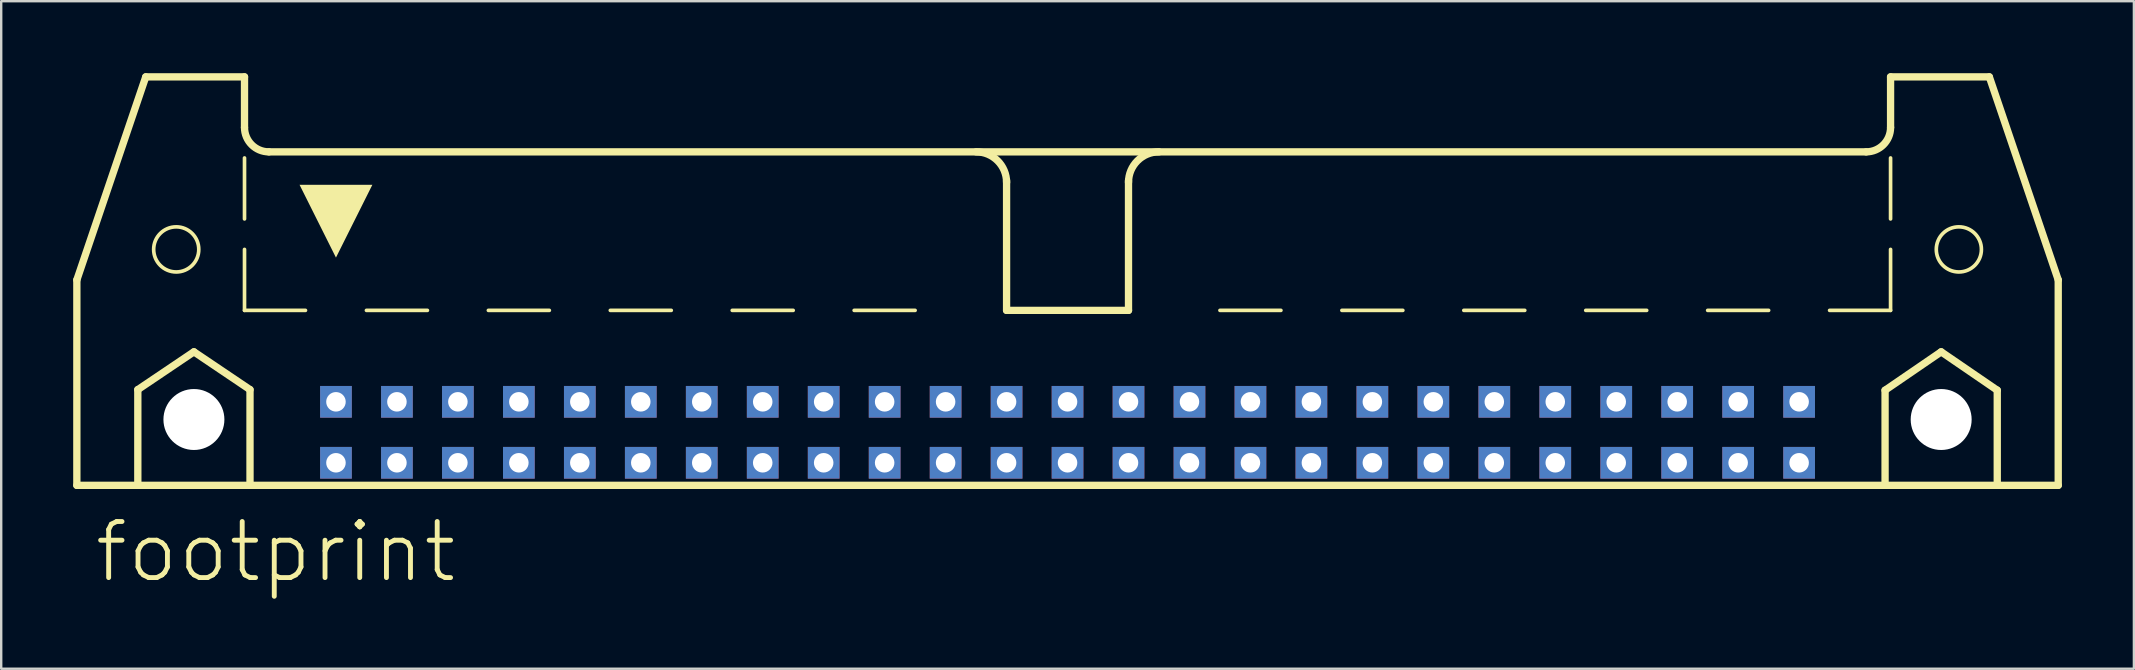
<source format=kicad_pcb>
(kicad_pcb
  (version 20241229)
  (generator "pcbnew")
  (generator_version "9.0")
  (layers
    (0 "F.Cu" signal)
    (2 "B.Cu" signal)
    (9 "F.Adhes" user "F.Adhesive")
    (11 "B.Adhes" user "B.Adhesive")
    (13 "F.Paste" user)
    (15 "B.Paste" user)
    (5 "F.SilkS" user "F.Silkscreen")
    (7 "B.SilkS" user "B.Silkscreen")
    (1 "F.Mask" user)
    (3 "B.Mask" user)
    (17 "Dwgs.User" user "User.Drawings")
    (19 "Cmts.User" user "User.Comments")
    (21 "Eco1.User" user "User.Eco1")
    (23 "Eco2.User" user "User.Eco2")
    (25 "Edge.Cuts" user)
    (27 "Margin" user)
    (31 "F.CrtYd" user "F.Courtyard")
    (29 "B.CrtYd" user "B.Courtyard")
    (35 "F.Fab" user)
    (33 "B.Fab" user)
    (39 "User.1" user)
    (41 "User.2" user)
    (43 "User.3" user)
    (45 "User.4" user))
  (footprint "footprint"
    (layer "F.Cu")
    (at 41.427 11.151)
    (property "Reference" "footprint" (at -40.64 10.16 0) (layer "F.SilkS") (effects (font (size 2.337 2.337) (thickness 0.203)) (justify left bottom)))
    (fp_line (start -41.275 -2.54) (end -41.275 6.02) (stroke (width 0.305) (type solid)) (layer "F.SilkS"))
    (fp_line (start -41.275 -2.54) (end -38.405 -10.998) (stroke (width 0.305) (type solid)) (layer "F.SilkS"))
    (fp_line (start -41.275 6.02) (end -38.735 6.02) (stroke (width 0.305) (type solid)) (layer "F.SilkS"))
    (fp_line (start -38.735 2.032) (end -36.398 0.457) (stroke (width 0.305) (type solid)) (layer "F.SilkS"))
    (fp_line (start -38.735 6.02) (end -38.735 2.032) (stroke (width 0.305) (type solid)) (layer "F.SilkS"))
    (fp_line (start -38.735 6.02) (end -34.061 6.02) (stroke (width 0.305) (type solid)) (layer "F.SilkS"))
    (fp_line (start -36.398 0.457) (end -34.061 2.032) (stroke (width 0.305) (type solid)) (layer "F.SilkS"))
    (fp_line (start -34.29 -10.998) (end -38.405 -10.998) (stroke (width 0.305) (type solid)) (layer "F.SilkS"))
    (fp_line (start -34.29 -8.89) (end -34.29 -10.998) (stroke (width 0.305) (type solid)) (layer "F.SilkS"))
    (fp_line (start -34.29 -5.08) (end -34.29 -7.62) (stroke (width 0.152) (type solid)) (layer "F.SilkS"))
    (fp_line (start -34.29 -1.27) (end -34.29 -3.81) (stroke (width 0.152) (type solid)) (layer "F.SilkS"))
    (fp_line (start -34.29 -1.27) (end -31.75 -1.27) (stroke (width 0.152) (type solid)) (layer "F.SilkS"))
    (fp_line (start -34.061 2.032) (end -34.061 6.02) (stroke (width 0.305) (type solid)) (layer "F.SilkS"))
    (fp_line (start -34.061 6.02) (end 34.061 6.02) (stroke (width 0.305) (type solid)) (layer "F.SilkS"))
    (fp_line (start -33.274 -7.874) (end 33.274 -7.874) (stroke (width 0.305) (type solid)) (layer "F.SilkS"))
    (fp_line (start -29.21 -1.27) (end -26.67 -1.27) (stroke (width 0.152) (type solid)) (layer "F.SilkS"))
    (fp_line (start -24.13 -1.27) (end -21.59 -1.27) (stroke (width 0.152) (type solid)) (layer "F.SilkS"))
    (fp_line (start -19.05 -1.27) (end -16.51 -1.27) (stroke (width 0.152) (type solid)) (layer "F.SilkS"))
    (fp_line (start -13.97 -1.27) (end -11.43 -1.27) (stroke (width 0.152) (type solid)) (layer "F.SilkS"))
    (fp_line (start -8.89 -1.27) (end -6.35 -1.27) (stroke (width 0.152) (type solid)) (layer "F.SilkS"))
    (fp_line (start -2.54 -1.27) (end -2.54 -6.68) (stroke (width 0.305) (type solid)) (layer "F.SilkS"))
    (fp_line (start 2.54 -1.27) (end -2.54 -1.27) (stroke (width 0.305) (type solid)) (layer "F.SilkS"))
    (fp_line (start 2.54 -1.27) (end 2.54 -6.68) (stroke (width 0.305) (type solid)) (layer "F.SilkS"))
    (fp_line (start 8.89 -1.27) (end 6.35 -1.27) (stroke (width 0.152) (type solid)) (layer "F.SilkS"))
    (fp_line (start 13.97 -1.27) (end 11.43 -1.27) (stroke (width 0.152) (type solid)) (layer "F.SilkS"))
    (fp_line (start 19.05 -1.27) (end 16.51 -1.27) (stroke (width 0.152) (type solid)) (layer "F.SilkS"))
    (fp_line (start 24.13 -1.27) (end 21.59 -1.27) (stroke (width 0.152) (type solid)) (layer "F.SilkS"))
    (fp_line (start 29.21 -1.27) (end 26.67 -1.27) (stroke (width 0.152) (type solid)) (layer "F.SilkS"))
    (fp_line (start 34.061 2.057) (end 36.398 0.457) (stroke (width 0.305) (type solid)) (layer "F.SilkS"))
    (fp_line (start 34.061 6.02) (end 34.061 2.057) (stroke (width 0.305) (type solid)) (layer "F.SilkS"))
    (fp_line (start 34.061 6.02) (end 38.735 6.02) (stroke (width 0.305) (type solid)) (layer "F.SilkS"))
    (fp_line (start 34.29 -10.998) (end 38.405 -10.998) (stroke (width 0.305) (type solid)) (layer "F.SilkS"))
    (fp_line (start 34.29 -8.89) (end 34.29 -10.998) (stroke (width 0.305) (type solid)) (layer "F.SilkS"))
    (fp_line (start 34.29 -5.08) (end 34.29 -7.62) (stroke (width 0.152) (type solid)) (layer "F.SilkS"))
    (fp_line (start 34.29 -1.27) (end 31.75 -1.27) (stroke (width 0.152) (type solid)) (layer "F.SilkS"))
    (fp_line (start 34.29 -1.27) (end 34.29 -3.81) (stroke (width 0.152) (type solid)) (layer "F.SilkS"))
    (fp_line (start 36.398 0.457) (end 38.735 2.057) (stroke (width 0.305) (type solid)) (layer "F.SilkS"))
    (fp_line (start 38.735 2.057) (end 38.735 6.02) (stroke (width 0.305) (type solid)) (layer "F.SilkS"))
    (fp_line (start 38.735 6.02) (end 41.275 6.02) (stroke (width 0.305) (type solid)) (layer "F.SilkS"))
    (fp_line (start 41.275 -2.54) (end 38.405 -10.998) (stroke (width 0.305) (type solid)) (layer "F.SilkS"))
    (fp_line (start 41.275 6.02) (end 41.275 -2.54) (stroke (width 0.305) (type solid)) (layer "F.SilkS"))
    (fp_arc (start -33.274 -7.874) (mid -33.99242 -8.17158) (end -34.29 -8.89) (stroke (width 0.3048) (type solid)) (layer "F.SilkS"))
    (fp_arc (start -3.81 -7.874) (mid -2.911974 -7.502026) (end -2.54 -6.604) (stroke (width 0.3048) (type solid)) (layer "F.SilkS"))
    (fp_arc (start 2.54 -6.604) (mid 2.911974 -7.502026) (end 3.81 -7.874) (stroke (width 0.3048) (type solid)) (layer "F.SilkS"))
    (fp_arc (start 34.29 -8.89) (mid 33.99242 -8.17158) (end 33.274 -7.874) (stroke (width 0.3048) (type solid)) (layer "F.SilkS"))
    (fp_circle (center -37.135 -3.81) (end -36.195 -3.81) (stroke (width 0.152) (type solid)) (fill no) (layer "F.SilkS"))
    (fp_circle (center 37.135 -3.81) (end 38.075 -3.81) (stroke (width 0.152) (type solid)) (fill no) (layer "F.SilkS"))
    (fp_poly (pts (xy -30.48 -3.469) (xy -31.997 -6.502) (xy -28.963 -6.502)) (stroke (width 0) (type solid)) (fill yes) (layer "F.SilkS"))
    (pad "" np_thru_hole circle (at -36.398 3.277) (size 2.54 2.54) (drill 2.54) (layers "*.Cu" "*.Mask"))
    (pad "" np_thru_hole circle (at 36.398 3.277) (size 2.54 2.54) (drill 2.54) (layers "*.Cu" "*.Mask"))
    (pad "1" thru_hole rect (at -30.48 5.08) (size 1.321 1.321) (drill 0.813) (layers "*.Cu" "*.Mask"))
    (pad "2" thru_hole rect (at -30.48 2.54) (size 1.321 1.321) (drill 0.813) (layers "*.Cu" "*.Mask"))
    (pad "3" thru_hole rect (at -27.94 5.08) (size 1.321 1.321) (drill 0.813) (layers "*.Cu" "*.Mask"))
    (pad "4" thru_hole rect (at -27.94 2.54) (size 1.321 1.321) (drill 0.813) (layers "*.Cu" "*.Mask"))
    (pad "5" thru_hole rect (at -25.4 5.08) (size 1.321 1.321) (drill 0.813) (layers "*.Cu" "*.Mask"))
    (pad "6" thru_hole rect (at -25.4 2.54) (size 1.321 1.321) (drill 0.813) (layers "*.Cu" "*.Mask"))
    (pad "7" thru_hole rect (at -22.86 5.08) (size 1.321 1.321) (drill 0.813) (layers "*.Cu" "*.Mask"))
    (pad "8" thru_hole rect (at -22.86 2.54) (size 1.321 1.321) (drill 0.813) (layers "*.Cu" "*.Mask"))
    (pad "9" thru_hole rect (at -20.32 5.08) (size 1.321 1.321) (drill 0.813) (layers "*.Cu" "*.Mask"))
    (pad "10" thru_hole rect (at -20.32 2.54) (size 1.321 1.321) (drill 0.813) (layers "*.Cu" "*.Mask"))
    (pad "11" thru_hole rect (at -17.78 5.08) (size 1.321 1.321) (drill 0.813) (layers "*.Cu" "*.Mask"))
    (pad "12" thru_hole rect (at -17.78 2.54) (size 1.321 1.321) (drill 0.813) (layers "*.Cu" "*.Mask"))
    (pad "13" thru_hole rect (at -15.24 5.08) (size 1.321 1.321) (drill 0.813) (layers "*.Cu" "*.Mask"))
    (pad "14" thru_hole rect (at -15.24 2.54) (size 1.321 1.321) (drill 0.813) (layers "*.Cu" "*.Mask"))
    (pad "15" thru_hole rect (at -12.7 5.08) (size 1.321 1.321) (drill 0.813) (layers "*.Cu" "*.Mask"))
    (pad "16" thru_hole rect (at -12.7 2.54) (size 1.321 1.321) (drill 0.813) (layers "*.Cu" "*.Mask"))
    (pad "17" thru_hole rect (at -10.16 5.08) (size 1.321 1.321) (drill 0.813) (layers "*.Cu" "*.Mask"))
    (pad "18" thru_hole rect (at -10.16 2.54) (size 1.321 1.321) (drill 0.813) (layers "*.Cu" "*.Mask"))
    (pad "19" thru_hole rect (at -7.62 5.08) (size 1.321 1.321) (drill 0.813) (layers "*.Cu" "*.Mask"))
    (pad "20" thru_hole rect (at -7.62 2.54) (size 1.321 1.321) (drill 0.813) (layers "*.Cu" "*.Mask"))
    (pad "21" thru_hole rect (at -5.08 5.08) (size 1.321 1.321) (drill 0.813) (layers "*.Cu" "*.Mask"))
    (pad "22" thru_hole rect (at -5.08 2.54) (size 1.321 1.321) (drill 0.813) (layers "*.Cu" "*.Mask"))
    (pad "23" thru_hole rect (at -2.54 5.08) (size 1.321 1.321) (drill 0.813) (layers "*.Cu" "*.Mask"))
    (pad "24" thru_hole rect (at -2.54 2.54) (size 1.321 1.321) (drill 0.813) (layers "*.Cu" "*.Mask"))
    (pad "25" thru_hole rect (at 0 5.08) (size 1.321 1.321) (drill 0.813) (layers "*.Cu" "*.Mask"))
    (pad "26" thru_hole rect (at 0 2.54) (size 1.321 1.321) (drill 0.813) (layers "*.Cu" "*.Mask"))
    (pad "27" thru_hole rect (at 2.54 5.08) (size 1.321 1.321) (drill 0.813) (layers "*.Cu" "*.Mask"))
    (pad "28" thru_hole rect (at 2.54 2.54) (size 1.321 1.321) (drill 0.813) (layers "*.Cu" "*.Mask"))
    (pad "29" thru_hole rect (at 5.08 5.08) (size 1.321 1.321) (drill 0.813) (layers "*.Cu" "*.Mask"))
    (pad "30" thru_hole rect (at 5.08 2.54) (size 1.321 1.321) (drill 0.813) (layers "*.Cu" "*.Mask"))
    (pad "31" thru_hole rect (at 7.62 5.08) (size 1.321 1.321) (drill 0.813) (layers "*.Cu" "*.Mask"))
    (pad "32" thru_hole rect (at 7.62 2.54) (size 1.321 1.321) (drill 0.813) (layers "*.Cu" "*.Mask"))
    (pad "33" thru_hole rect (at 10.16 5.08) (size 1.321 1.321) (drill 0.813) (layers "*.Cu" "*.Mask"))
    (pad "34" thru_hole rect (at 10.16 2.54) (size 1.321 1.321) (drill 0.813) (layers "*.Cu" "*.Mask"))
    (pad "35" thru_hole rect (at 12.7 5.08) (size 1.321 1.321) (drill 0.813) (layers "*.Cu" "*.Mask"))
    (pad "36" thru_hole rect (at 12.7 2.54) (size 1.321 1.321) (drill 0.813) (layers "*.Cu" "*.Mask"))
    (pad "37" thru_hole rect (at 15.24 5.08) (size 1.321 1.321) (drill 0.813) (layers "*.Cu" "*.Mask"))
    (pad "38" thru_hole rect (at 15.24 2.54) (size 1.321 1.321) (drill 0.813) (layers "*.Cu" "*.Mask"))
    (pad "39" thru_hole rect (at 17.78 5.08) (size 1.321 1.321) (drill 0.813) (layers "*.Cu" "*.Mask"))
    (pad "40" thru_hole rect (at 17.78 2.54) (size 1.321 1.321) (drill 0.813) (layers "*.Cu" "*.Mask"))
    (pad "41" thru_hole rect (at 20.32 5.08) (size 1.321 1.321) (drill 0.813) (layers "*.Cu" "*.Mask"))
    (pad "42" thru_hole rect (at 20.32 2.54) (size 1.321 1.321) (drill 0.813) (layers "*.Cu" "*.Mask"))
    (pad "43" thru_hole rect (at 22.86 5.08) (size 1.321 1.321) (drill 0.813) (layers "*.Cu" "*.Mask"))
    (pad "44" thru_hole rect (at 22.86 2.54) (size 1.321 1.321) (drill 0.813) (layers "*.Cu" "*.Mask"))
    (pad "45" thru_hole rect (at 25.4 5.08) (size 1.321 1.321) (drill 0.813) (layers "*.Cu" "*.Mask"))
    (pad "46" thru_hole rect (at 25.4 2.54) (size 1.321 1.321) (drill 0.813) (layers "*.Cu" "*.Mask"))
    (pad "47" thru_hole rect (at 27.94 5.08) (size 1.321 1.321) (drill 0.813) (layers "*.Cu" "*.Mask"))
    (pad "48" thru_hole rect (at 27.94 2.54) (size 1.321 1.321) (drill 0.813) (layers "*.Cu" "*.Mask"))
    (pad "49" thru_hole rect (at 30.48 5.08) (size 1.321 1.321) (drill 0.813) (layers "*.Cu" "*.Mask"))
    (pad "50" thru_hole rect (at 30.48 2.54) (size 1.321 1.321) (drill 0.813) (layers "*.Cu" "*.Mask"))
    (zone (net_name "") (layer "F.Cu") (hatch edge 0.508) (connect_pads) (min_thickness 0.254) (filled_areas_thickness no) (keepout (tracks not_allowed) (vias not_allowed) (pads not_allowed) (copperpour not_allowed) (footprints allowed)) (placement (enabled no)) (fill) (polygon (pts (xy 6.96 14.427) (xy 6.93 14.092) (xy 6.843 13.767) (xy 6.701 13.462) (xy 6.508 13.186) (xy 6.27 12.948) (xy 5.994 12.755) (xy 5.689 12.613) (xy 5.364 12.526) (xy 5.029 12.497) (xy 4.694 12.526) (xy 4.369 12.613) (xy 4.064 12.755) (xy 3.788 12.948) (xy 3.55 13.186) (xy 3.357 13.462) (xy 3.215 13.767) (xy 3.128 14.092) (xy 3.099 14.427) (xy 3.128 14.762) (xy 3.215 15.087) (xy 3.357 15.392) (xy 3.55 15.668) (xy 3.788 15.906) (xy 4.064 16.099) (xy 4.369 16.241) (xy 4.694 16.328) (xy 5.029 16.358) (xy 5.364 16.328) (xy 5.689 16.241) (xy 5.994 16.099) (xy 6.27 15.906) (xy 6.508 15.668) (xy 6.701 15.392) (xy 6.843 15.087) (xy 6.93 14.762))))
    (zone (net_name "") (layer "F.Cu") (hatch edge 0.508) (connect_pads) (min_thickness 0.254) (filled_areas_thickness no) (keepout (tracks not_allowed) (vias not_allowed) (pads not_allowed) (copperpour not_allowed) (footprints allowed)) (placement (enabled no)) (fill) (polygon (pts (xy 79.756 14.427) (xy 79.727 14.092) (xy 79.64 13.767) (xy 79.497 13.462) (xy 79.304 13.186) (xy 79.066 12.948) (xy 78.791 12.755) (xy 78.486 12.613) (xy 78.161 12.526) (xy 77.826 12.497) (xy 77.49 12.526) (xy 77.165 12.613) (xy 76.86 12.755) (xy 76.585 12.948) (xy 76.347 13.186) (xy 76.154 13.462) (xy 76.012 13.767) (xy 75.925 14.092) (xy 75.895 14.427) (xy 75.925 14.762) (xy 76.012 15.087) (xy 76.154 15.392) (xy 76.347 15.668) (xy 76.585 15.906) (xy 76.86 16.099) (xy 77.165 16.241) (xy 77.49 16.328) (xy 77.826 16.358) (xy 78.161 16.328) (xy 78.486 16.241) (xy 78.791 16.099) (xy 79.066 15.906) (xy 79.304 15.668) (xy 79.497 15.392) (xy 79.64 15.087) (xy 79.727 14.762))))
    (zone (net_name "") (layer "B.Cu") (hatch edge 0.508) (connect_pads) (min_thickness 0.254) (filled_areas_thickness no) (keepout (tracks not_allowed) (vias not_allowed) (pads not_allowed) (copperpour not_allowed) (footprints allowed)) (placement (enabled no)) (fill) (polygon (pts (xy 6.96 14.427) (xy 6.93 14.092) (xy 6.843 13.767) (xy 6.701 13.462) (xy 6.508 13.186) (xy 6.27 12.948) (xy 5.994 12.755) (xy 5.689 12.613) (xy 5.364 12.526) (xy 5.029 12.497) (xy 4.694 12.526) (xy 4.369 12.613) (xy 4.064 12.755) (xy 3.788 12.948) (xy 3.55 13.186) (xy 3.357 13.462) (xy 3.215 13.767) (xy 3.128 14.092) (xy 3.099 14.427) (xy 3.128 14.762) (xy 3.215 15.087) (xy 3.357 15.392) (xy 3.55 15.668) (xy 3.788 15.906) (xy 4.064 16.099) (xy 4.369 16.241) (xy 4.694 16.328) (xy 5.029 16.358) (xy 5.364 16.328) (xy 5.689 16.241) (xy 5.994 16.099) (xy 6.27 15.906) (xy 6.508 15.668) (xy 6.701 15.392) (xy 6.843 15.087) (xy 6.93 14.762))))
    (zone (net_name "") (layer "B.Cu") (hatch edge 0.508) (connect_pads) (min_thickness 0.254) (filled_areas_thickness no) (keepout (tracks not_allowed) (vias not_allowed) (pads not_allowed) (copperpour not_allowed) (footprints allowed)) (placement (enabled no)) (fill) (polygon (pts (xy 79.756 14.427) (xy 79.727 14.092) (xy 79.64 13.767) (xy 79.497 13.462) (xy 79.304 13.186) (xy 79.066 12.948) (xy 78.791 12.755) (xy 78.486 12.613) (xy 78.161 12.526) (xy 77.826 12.497) (xy 77.49 12.526) (xy 77.165 12.613) (xy 76.86 12.755) (xy 76.585 12.948) (xy 76.347 13.186) (xy 76.154 13.462) (xy 76.012 13.767) (xy 75.925 14.092) (xy 75.895 14.427) (xy 75.925 14.762) (xy 76.012 15.087) (xy 76.154 15.392) (xy 76.347 15.668) (xy 76.585 15.906) (xy 76.86 16.099) (xy 77.165 16.241) (xy 77.49 16.328) (xy 77.826 16.358) (xy 78.161 16.328) (xy 78.486 16.241) (xy 78.791 16.099) (xy 79.066 15.906) (xy 79.304 15.668) (xy 79.497 15.392) (xy 79.64 15.087) (xy 79.727 14.762)))))
  (gr_rect
    (start -3 -3)
    (end 85.855 24.811)
    (stroke (width 0.1) (type default))
    (fill no)
    (layer "Edge.Cuts")))
</source>
